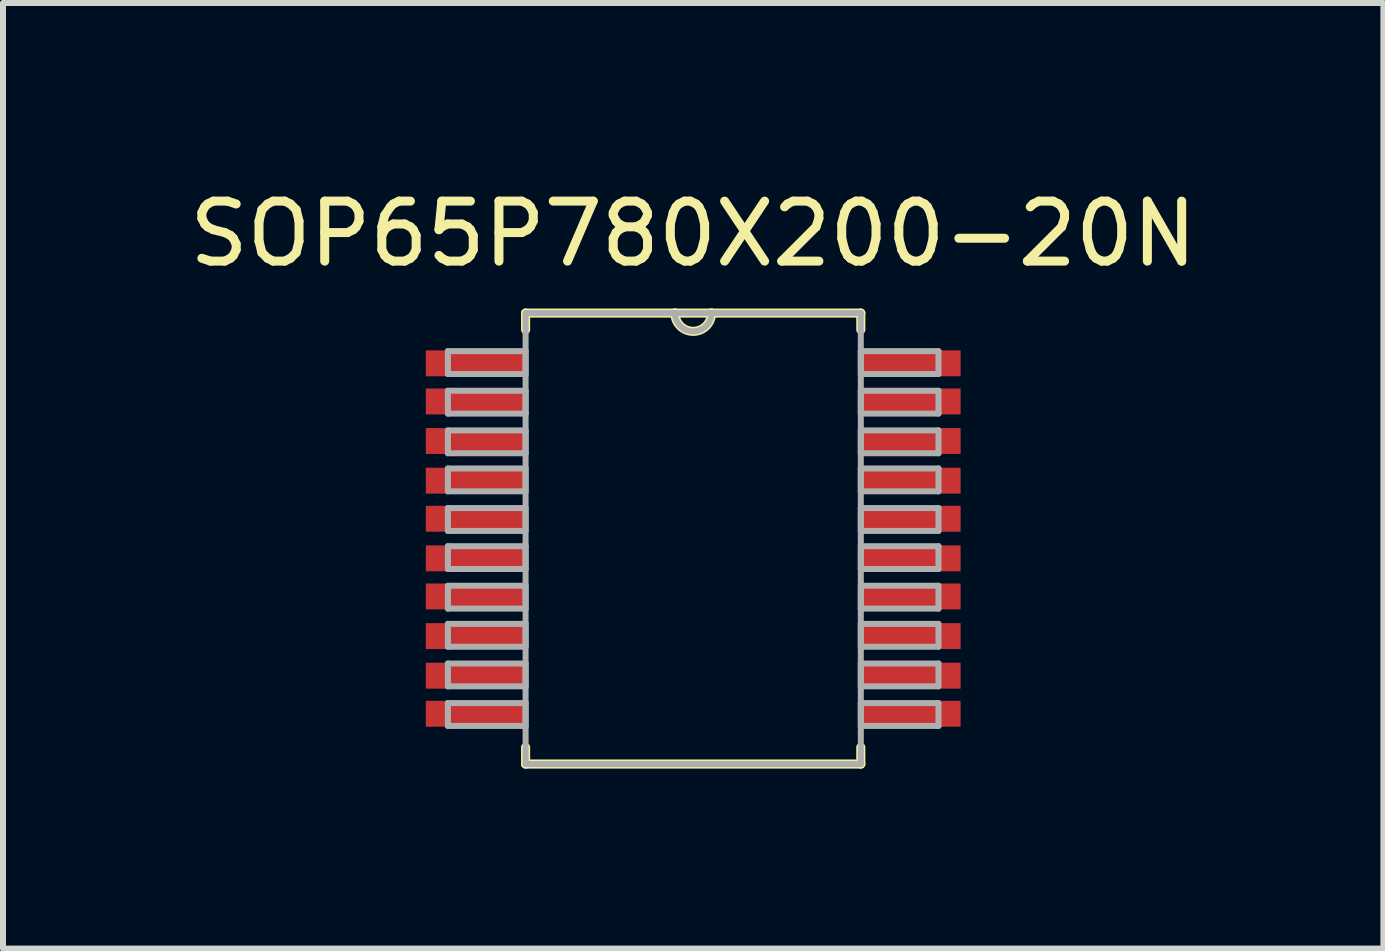
<source format=kicad_pcb>
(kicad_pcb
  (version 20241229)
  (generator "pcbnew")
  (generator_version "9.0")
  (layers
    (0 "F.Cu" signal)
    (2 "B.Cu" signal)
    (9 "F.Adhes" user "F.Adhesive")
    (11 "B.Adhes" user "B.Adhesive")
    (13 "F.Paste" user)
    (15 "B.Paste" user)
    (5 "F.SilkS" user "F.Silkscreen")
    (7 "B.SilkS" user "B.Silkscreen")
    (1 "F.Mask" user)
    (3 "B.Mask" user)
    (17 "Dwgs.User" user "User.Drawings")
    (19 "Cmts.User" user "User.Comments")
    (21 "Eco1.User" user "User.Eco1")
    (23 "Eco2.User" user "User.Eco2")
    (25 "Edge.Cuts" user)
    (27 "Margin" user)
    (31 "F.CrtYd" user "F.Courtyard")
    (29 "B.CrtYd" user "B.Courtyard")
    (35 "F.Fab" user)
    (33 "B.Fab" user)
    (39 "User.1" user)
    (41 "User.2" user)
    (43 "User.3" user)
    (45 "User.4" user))
  (footprint "SOP65P780X200-20N"
    (layer "F.Cu")
    (at 8.506 5.928)
    (property "Reference" "SOP65P780X200-20N" (at 0 -5.08 0) (layer "F.SilkS") (effects (font (size 1 1) (thickness 0.15))))
    (attr smd)
    (fp_line (start -2.794 -3.759) (end -2.794 -3.48) (stroke (width 0.152) (type solid)) (layer "F.SilkS"))
    (fp_line (start -2.794 3.48) (end -2.794 3.759) (stroke (width 0.152) (type solid)) (layer "F.SilkS"))
    (fp_line (start -2.794 3.759) (end 2.794 3.759) (stroke (width 0.152) (type solid)) (layer "F.SilkS"))
    (fp_line (start -0.305 -3.759) (end -2.794 -3.759) (stroke (width 0.152) (type solid)) (layer "F.SilkS"))
    (fp_line (start 0.305 -3.759) (end -0.305 -3.759) (stroke (width 0.152) (type solid)) (layer "F.SilkS"))
    (fp_line (start 2.794 -3.759) (end 0.305 -3.759) (stroke (width 0.152) (type solid)) (layer "F.SilkS"))
    (fp_line (start 2.794 -3.48) (end 2.794 -3.759) (stroke (width 0.152) (type solid)) (layer "F.SilkS"))
    (fp_line (start 2.794 3.759) (end 2.794 3.48) (stroke (width 0.152) (type solid)) (layer "F.SilkS"))
    (fp_arc (start 0.3048 -3.7592) (mid 0 -3.4544) (end -0.3048 -3.7592) (stroke (width 0.1524) (type solid)) (layer "F.SilkS"))
    (fp_line (start -4.089 -3.124) (end -4.089 -2.743) (stroke (width 0.1) (type solid)) (layer "F.Fab"))
    (fp_line (start -4.089 -2.743) (end -2.794 -2.743) (stroke (width 0.1) (type solid)) (layer "F.Fab"))
    (fp_line (start -4.089 -2.464) (end -4.089 -2.083) (stroke (width 0.1) (type solid)) (layer "F.Fab"))
    (fp_line (start -4.089 -2.083) (end -2.794 -2.083) (stroke (width 0.1) (type solid)) (layer "F.Fab"))
    (fp_line (start -4.089 -1.803) (end -4.089 -1.422) (stroke (width 0.1) (type solid)) (layer "F.Fab"))
    (fp_line (start -4.089 -1.422) (end -2.794 -1.422) (stroke (width 0.1) (type solid)) (layer "F.Fab"))
    (fp_line (start -4.089 -1.168) (end -4.089 -0.787) (stroke (width 0.1) (type solid)) (layer "F.Fab"))
    (fp_line (start -4.089 -0.787) (end -2.794 -0.787) (stroke (width 0.1) (type solid)) (layer "F.Fab"))
    (fp_line (start -4.089 -0.508) (end -4.089 -0.127) (stroke (width 0.1) (type solid)) (layer "F.Fab"))
    (fp_line (start -4.089 -0.127) (end -2.794 -0.127) (stroke (width 0.1) (type solid)) (layer "F.Fab"))
    (fp_line (start -4.089 0.127) (end -4.089 0.508) (stroke (width 0.1) (type solid)) (layer "F.Fab"))
    (fp_line (start -4.089 0.508) (end -2.794 0.508) (stroke (width 0.1) (type solid)) (layer "F.Fab"))
    (fp_line (start -4.089 0.787) (end -4.089 1.168) (stroke (width 0.1) (type solid)) (layer "F.Fab"))
    (fp_line (start -4.089 1.168) (end -2.794 1.168) (stroke (width 0.1) (type solid)) (layer "F.Fab"))
    (fp_line (start -4.089 1.422) (end -4.089 1.803) (stroke (width 0.1) (type solid)) (layer "F.Fab"))
    (fp_line (start -4.089 1.803) (end -2.794 1.803) (stroke (width 0.1) (type solid)) (layer "F.Fab"))
    (fp_line (start -4.089 2.083) (end -4.089 2.464) (stroke (width 0.1) (type solid)) (layer "F.Fab"))
    (fp_line (start -4.089 2.464) (end -2.794 2.464) (stroke (width 0.1) (type solid)) (layer "F.Fab"))
    (fp_line (start -4.089 2.743) (end -4.089 3.124) (stroke (width 0.1) (type solid)) (layer "F.Fab"))
    (fp_line (start -4.089 3.124) (end -2.794 3.124) (stroke (width 0.1) (type solid)) (layer "F.Fab"))
    (fp_line (start -2.794 -3.759) (end -2.794 3.759) (stroke (width 0.1) (type solid)) (layer "F.Fab"))
    (fp_line (start -2.794 -3.124) (end -4.089 -3.124) (stroke (width 0.1) (type solid)) (layer "F.Fab"))
    (fp_line (start -2.794 -2.743) (end -2.794 -3.124) (stroke (width 0.1) (type solid)) (layer "F.Fab"))
    (fp_line (start -2.794 -2.464) (end -4.089 -2.464) (stroke (width 0.1) (type solid)) (layer "F.Fab"))
    (fp_line (start -2.794 -2.083) (end -2.794 -2.464) (stroke (width 0.1) (type solid)) (layer "F.Fab"))
    (fp_line (start -2.794 -1.803) (end -4.089 -1.803) (stroke (width 0.1) (type solid)) (layer "F.Fab"))
    (fp_line (start -2.794 -1.422) (end -2.794 -1.803) (stroke (width 0.1) (type solid)) (layer "F.Fab"))
    (fp_line (start -2.794 -1.168) (end -4.089 -1.168) (stroke (width 0.1) (type solid)) (layer "F.Fab"))
    (fp_line (start -2.794 -0.787) (end -2.794 -1.168) (stroke (width 0.1) (type solid)) (layer "F.Fab"))
    (fp_line (start -2.794 -0.508) (end -4.089 -0.508) (stroke (width 0.1) (type solid)) (layer "F.Fab"))
    (fp_line (start -2.794 -0.127) (end -2.794 -0.508) (stroke (width 0.1) (type solid)) (layer "F.Fab"))
    (fp_line (start -2.794 0.127) (end -4.089 0.127) (stroke (width 0.1) (type solid)) (layer "F.Fab"))
    (fp_line (start -2.794 0.508) (end -2.794 0.127) (stroke (width 0.1) (type solid)) (layer "F.Fab"))
    (fp_line (start -2.794 0.787) (end -4.089 0.787) (stroke (width 0.1) (type solid)) (layer "F.Fab"))
    (fp_line (start -2.794 1.168) (end -2.794 0.787) (stroke (width 0.1) (type solid)) (layer "F.Fab"))
    (fp_line (start -2.794 1.422) (end -4.089 1.422) (stroke (width 0.1) (type solid)) (layer "F.Fab"))
    (fp_line (start -2.794 1.803) (end -2.794 1.422) (stroke (width 0.1) (type solid)) (layer "F.Fab"))
    (fp_line (start -2.794 2.083) (end -4.089 2.083) (stroke (width 0.1) (type solid)) (layer "F.Fab"))
    (fp_line (start -2.794 2.464) (end -2.794 2.083) (stroke (width 0.1) (type solid)) (layer "F.Fab"))
    (fp_line (start -2.794 2.743) (end -4.089 2.743) (stroke (width 0.1) (type solid)) (layer "F.Fab"))
    (fp_line (start -2.794 3.124) (end -2.794 2.743) (stroke (width 0.1) (type solid)) (layer "F.Fab"))
    (fp_line (start -2.794 3.759) (end 2.794 3.759) (stroke (width 0.1) (type solid)) (layer "F.Fab"))
    (fp_line (start -0.305 -3.759) (end -2.794 -3.759) (stroke (width 0.1) (type solid)) (layer "F.Fab"))
    (fp_line (start 0.305 -3.759) (end -0.305 -3.759) (stroke (width 0.1) (type solid)) (layer "F.Fab"))
    (fp_line (start 2.794 -3.759) (end 0.305 -3.759) (stroke (width 0.1) (type solid)) (layer "F.Fab"))
    (fp_line (start 2.794 -3.124) (end 2.794 -2.743) (stroke (width 0.1) (type solid)) (layer "F.Fab"))
    (fp_line (start 2.794 -2.743) (end 4.089 -2.743) (stroke (width 0.1) (type solid)) (layer "F.Fab"))
    (fp_line (start 2.794 -2.464) (end 2.794 -2.083) (stroke (width 0.1) (type solid)) (layer "F.Fab"))
    (fp_line (start 2.794 -2.083) (end 4.089 -2.083) (stroke (width 0.1) (type solid)) (layer "F.Fab"))
    (fp_line (start 2.794 -1.803) (end 2.794 -1.422) (stroke (width 0.1) (type solid)) (layer "F.Fab"))
    (fp_line (start 2.794 -1.422) (end 4.089 -1.422) (stroke (width 0.1) (type solid)) (layer "F.Fab"))
    (fp_line (start 2.794 -1.168) (end 2.794 -0.787) (stroke (width 0.1) (type solid)) (layer "F.Fab"))
    (fp_line (start 2.794 -0.787) (end 4.089 -0.787) (stroke (width 0.1) (type solid)) (layer "F.Fab"))
    (fp_line (start 2.794 -0.508) (end 2.794 -0.127) (stroke (width 0.1) (type solid)) (layer "F.Fab"))
    (fp_line (start 2.794 -0.127) (end 4.089 -0.127) (stroke (width 0.1) (type solid)) (layer "F.Fab"))
    (fp_line (start 2.794 0.127) (end 2.794 0.508) (stroke (width 0.1) (type solid)) (layer "F.Fab"))
    (fp_line (start 2.794 0.508) (end 4.089 0.508) (stroke (width 0.1) (type solid)) (layer "F.Fab"))
    (fp_line (start 2.794 0.787) (end 2.794 1.168) (stroke (width 0.1) (type solid)) (layer "F.Fab"))
    (fp_line (start 2.794 1.168) (end 4.089 1.168) (stroke (width 0.1) (type solid)) (layer "F.Fab"))
    (fp_line (start 2.794 1.422) (end 2.794 1.803) (stroke (width 0.1) (type solid)) (layer "F.Fab"))
    (fp_line (start 2.794 1.803) (end 4.089 1.803) (stroke (width 0.1) (type solid)) (layer "F.Fab"))
    (fp_line (start 2.794 2.083) (end 2.794 2.464) (stroke (width 0.1) (type solid)) (layer "F.Fab"))
    (fp_line (start 2.794 2.464) (end 4.089 2.464) (stroke (width 0.1) (type solid)) (layer "F.Fab"))
    (fp_line (start 2.794 2.743) (end 2.794 3.124) (stroke (width 0.1) (type solid)) (layer "F.Fab"))
    (fp_line (start 2.794 3.124) (end 4.089 3.124) (stroke (width 0.1) (type solid)) (layer "F.Fab"))
    (fp_line (start 2.794 3.759) (end 2.794 -3.759) (stroke (width 0.1) (type solid)) (layer "F.Fab"))
    (fp_line (start 4.089 -3.124) (end 2.794 -3.124) (stroke (width 0.1) (type solid)) (layer "F.Fab"))
    (fp_line (start 4.089 -2.743) (end 4.089 -3.124) (stroke (width 0.1) (type solid)) (layer "F.Fab"))
    (fp_line (start 4.089 -2.464) (end 2.794 -2.464) (stroke (width 0.1) (type solid)) (layer "F.Fab"))
    (fp_line (start 4.089 -2.083) (end 4.089 -2.464) (stroke (width 0.1) (type solid)) (layer "F.Fab"))
    (fp_line (start 4.089 -1.803) (end 2.794 -1.803) (stroke (width 0.1) (type solid)) (layer "F.Fab"))
    (fp_line (start 4.089 -1.422) (end 4.089 -1.803) (stroke (width 0.1) (type solid)) (layer "F.Fab"))
    (fp_line (start 4.089 -1.168) (end 2.794 -1.168) (stroke (width 0.1) (type solid)) (layer "F.Fab"))
    (fp_line (start 4.089 -0.787) (end 4.089 -1.168) (stroke (width 0.1) (type solid)) (layer "F.Fab"))
    (fp_line (start 4.089 -0.508) (end 2.794 -0.508) (stroke (width 0.1) (type solid)) (layer "F.Fab"))
    (fp_line (start 4.089 -0.127) (end 4.089 -0.508) (stroke (width 0.1) (type solid)) (layer "F.Fab"))
    (fp_line (start 4.089 0.127) (end 2.794 0.127) (stroke (width 0.1) (type solid)) (layer "F.Fab"))
    (fp_line (start 4.089 0.508) (end 4.089 0.127) (stroke (width 0.1) (type solid)) (layer "F.Fab"))
    (fp_line (start 4.089 0.787) (end 2.794 0.787) (stroke (width 0.1) (type solid)) (layer "F.Fab"))
    (fp_line (start 4.089 1.168) (end 4.089 0.787) (stroke (width 0.1) (type solid)) (layer "F.Fab"))
    (fp_line (start 4.089 1.422) (end 2.794 1.422) (stroke (width 0.1) (type solid)) (layer "F.Fab"))
    (fp_line (start 4.089 1.803) (end 4.089 1.422) (stroke (width 0.1) (type solid)) (layer "F.Fab"))
    (fp_line (start 4.089 2.083) (end 2.794 2.083) (stroke (width 0.1) (type solid)) (layer "F.Fab"))
    (fp_line (start 4.089 2.464) (end 4.089 2.083) (stroke (width 0.1) (type solid)) (layer "F.Fab"))
    (fp_line (start 4.089 2.743) (end 2.794 2.743) (stroke (width 0.1) (type solid)) (layer "F.Fab"))
    (fp_line (start 4.089 3.124) (end 4.089 2.743) (stroke (width 0.1) (type solid)) (layer "F.Fab"))
    (fp_arc (start 0.3048 -3.7592) (mid 0 -3.4544) (end -0.3048 -3.7592) (stroke (width 0.1) (type solid)) (layer "F.Fab"))
    (pad "1" smd rect (at -3.632 -2.921) (size 1.651 0.432) (layers "F.Cu" "F.Mask" "F.Paste"))
    (pad "2" smd rect (at -3.632 -2.286) (size 1.651 0.432) (layers "F.Cu" "F.Mask" "F.Paste"))
    (pad "3" smd rect (at -3.632 -1.626) (size 1.651 0.432) (layers "F.Cu" "F.Mask" "F.Paste"))
    (pad "4" smd rect (at -3.632 -0.965) (size 1.651 0.432) (layers "F.Cu" "F.Mask" "F.Paste"))
    (pad "5" smd rect (at -3.632 -0.33) (size 1.651 0.432) (layers "F.Cu" "F.Mask" "F.Paste"))
    (pad "6" smd rect (at -3.632 0.33) (size 1.651 0.432) (layers "F.Cu" "F.Mask" "F.Paste"))
    (pad "7" smd rect (at -3.632 0.965) (size 1.651 0.432) (layers "F.Cu" "F.Mask" "F.Paste"))
    (pad "8" smd rect (at -3.632 1.626) (size 1.651 0.432) (layers "F.Cu" "F.Mask" "F.Paste"))
    (pad "9" smd rect (at -3.632 2.286) (size 1.651 0.432) (layers "F.Cu" "F.Mask" "F.Paste"))
    (pad "10" smd rect (at -3.632 2.921) (size 1.651 0.432) (layers "F.Cu" "F.Mask" "F.Paste"))
    (pad "11" smd rect (at 3.632 2.921) (size 1.651 0.432) (layers "F.Cu" "F.Mask" "F.Paste"))
    (pad "12" smd rect (at 3.632 2.286) (size 1.651 0.432) (layers "F.Cu" "F.Mask" "F.Paste"))
    (pad "13" smd rect (at 3.632 1.626) (size 1.651 0.432) (layers "F.Cu" "F.Mask" "F.Paste"))
    (pad "14" smd rect (at 3.632 0.965) (size 1.651 0.432) (layers "F.Cu" "F.Mask" "F.Paste"))
    (pad "15" smd rect (at 3.632 0.33) (size 1.651 0.432) (layers "F.Cu" "F.Mask" "F.Paste"))
    (pad "16" smd rect (at 3.632 -0.33) (size 1.651 0.432) (layers "F.Cu" "F.Mask" "F.Paste"))
    (pad "17" smd rect (at 3.632 -0.965) (size 1.651 0.432) (layers "F.Cu" "F.Mask" "F.Paste"))
    (pad "18" smd rect (at 3.632 -1.626) (size 1.651 0.432) (layers "F.Cu" "F.Mask" "F.Paste"))
    (pad "19" smd rect (at 3.632 -2.286) (size 1.651 0.432) (layers "F.Cu" "F.Mask" "F.Paste"))
    (pad "20" smd rect (at 3.632 -2.921) (size 1.651 0.432) (layers "F.Cu" "F.Mask" "F.Paste")))
  (gr_rect
    (start -3 -3)
    (end 20.012 12.764)
    (stroke (width 0.1) (type default))
    (fill no)
    (layer "Edge.Cuts")))
</source>
